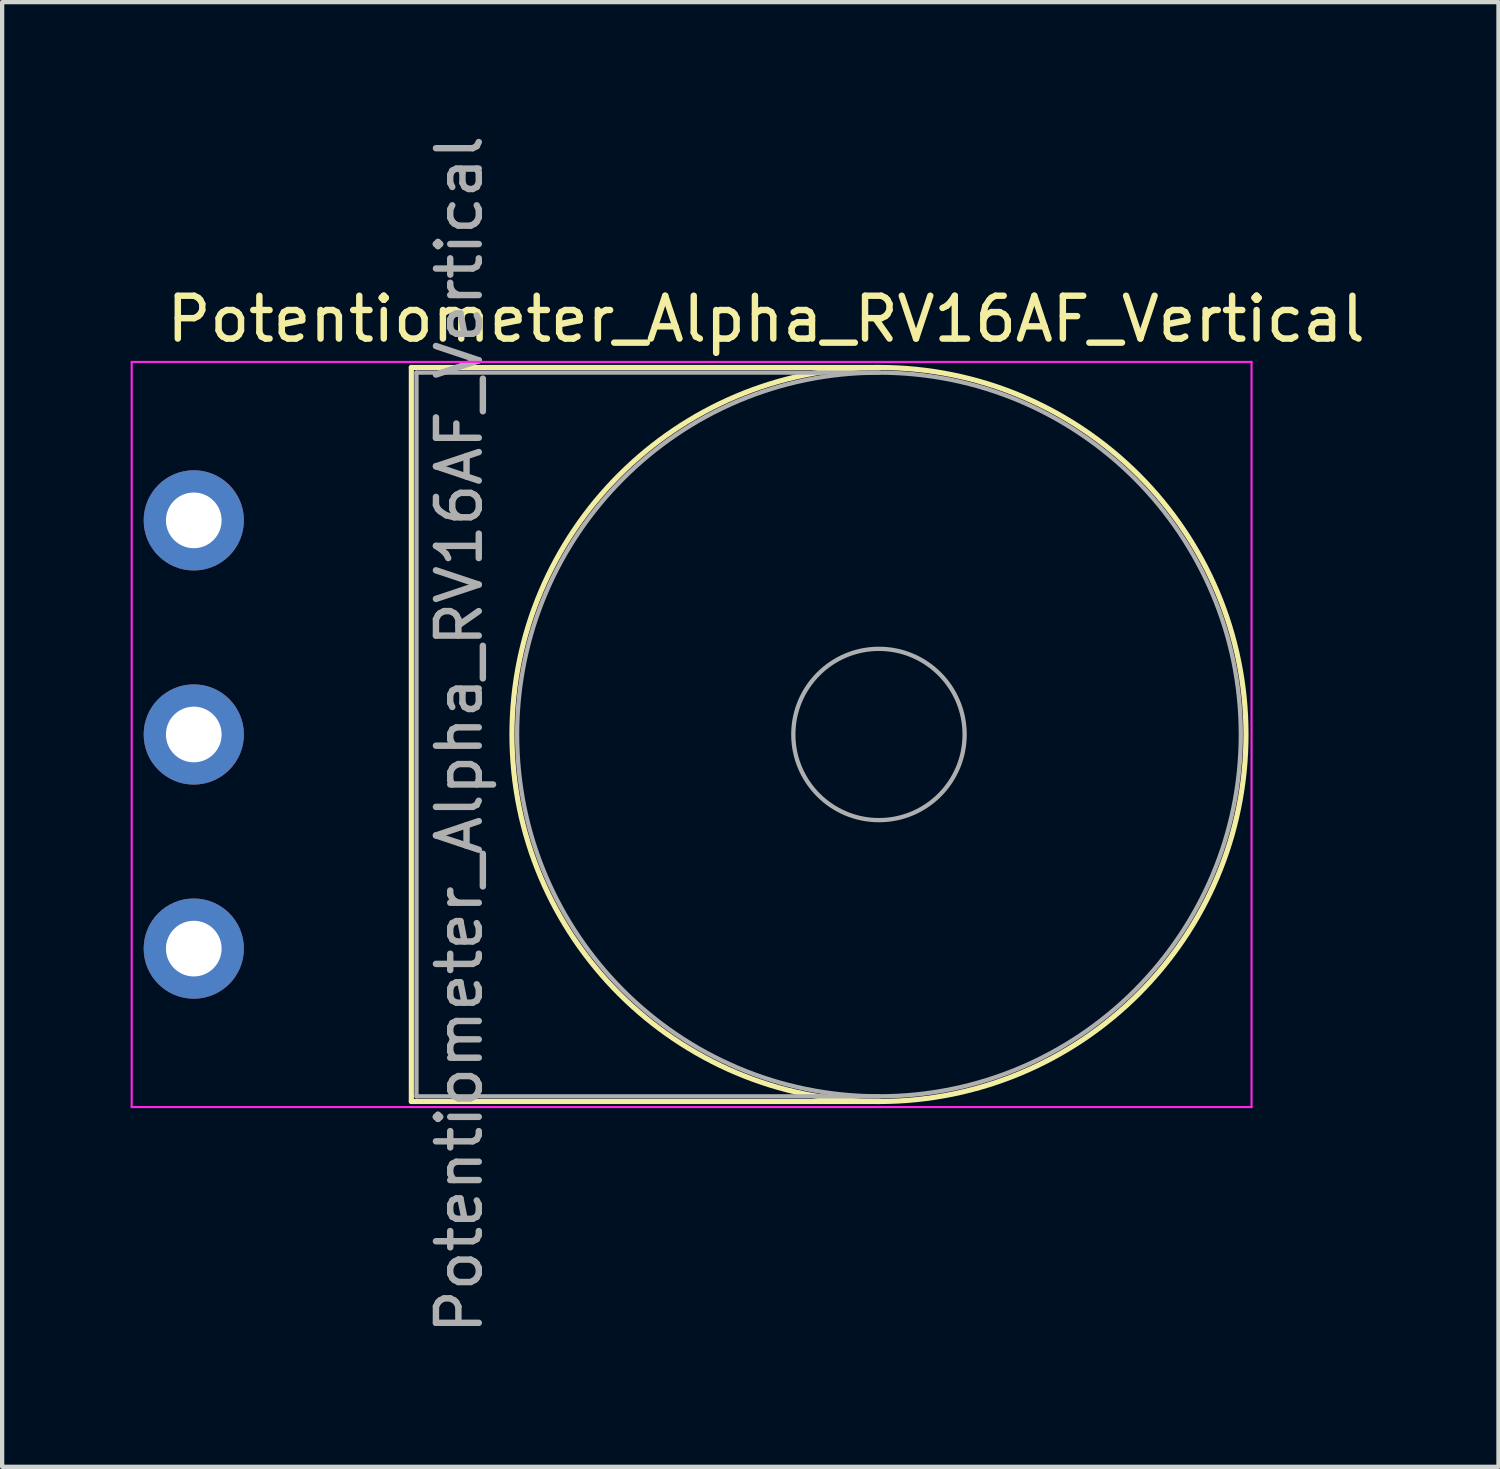
<source format=kicad_pcb>
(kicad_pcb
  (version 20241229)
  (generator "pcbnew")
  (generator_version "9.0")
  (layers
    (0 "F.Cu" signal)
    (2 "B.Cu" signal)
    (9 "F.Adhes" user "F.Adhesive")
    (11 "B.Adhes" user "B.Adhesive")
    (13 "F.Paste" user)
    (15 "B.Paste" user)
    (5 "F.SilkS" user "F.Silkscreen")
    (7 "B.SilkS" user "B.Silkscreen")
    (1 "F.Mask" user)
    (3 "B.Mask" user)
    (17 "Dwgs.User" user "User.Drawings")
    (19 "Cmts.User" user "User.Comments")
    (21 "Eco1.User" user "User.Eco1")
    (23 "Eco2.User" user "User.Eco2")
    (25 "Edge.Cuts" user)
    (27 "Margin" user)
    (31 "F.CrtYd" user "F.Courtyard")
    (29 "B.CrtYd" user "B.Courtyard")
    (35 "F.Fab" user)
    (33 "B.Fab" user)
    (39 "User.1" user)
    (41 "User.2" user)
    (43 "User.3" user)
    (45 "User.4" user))
  (footprint "Potentiometer_Alpha_RV16AF_Vertical"
    (layer "F.Cu")
    (at 4.925 19.101)
    (property "Reference" "Potentiometer_Alpha_RV16AF_Vertical" (at 9.915 -14.7 0) (layer "F.SilkS") (effects (font (size 1 1) (thickness 0.15))))
    (attr through_hole)
    (fp_line (start 1.63 -13.57) (end 1.63 3.57) (stroke (width 0.12) (type solid)) (layer "F.SilkS"))
    (fp_line (start 1.63 -13.57) (end 12.55 -13.57) (stroke (width 0.12) (type solid)) (layer "F.SilkS"))
    (fp_line (start 1.63 3.57) (end 12.55 3.57) (stroke (width 0.12) (type solid)) (layer "F.SilkS"))
    (fp_circle (center 12.55 -5) (end 21.12 -5) (stroke (width 0.12) (type solid)) (fill no) (layer "F.SilkS"))
    (fp_line (start -4.9 -13.7) (end -4.9 3.7) (stroke (width 0.05) (type solid)) (layer "F.CrtYd"))
    (fp_line (start -4.9 3.7) (end 21.25 3.7) (stroke (width 0.05) (type solid)) (layer "F.CrtYd"))
    (fp_line (start 21.25 -13.7) (end -4.9 -13.7) (stroke (width 0.05) (type solid)) (layer "F.CrtYd"))
    (fp_line (start 21.25 3.7) (end 21.25 -13.7) (stroke (width 0.05) (type solid)) (layer "F.CrtYd"))
    (fp_line (start 1.75 -13.45) (end 1.75 3.45) (stroke (width 0.1) (type solid)) (layer "F.Fab"))
    (fp_line (start 1.75 3.45) (end 12.55 3.45) (stroke (width 0.1) (type solid)) (layer "F.Fab"))
    (fp_line (start 12.55 -13.45) (end 1.75 -13.45) (stroke (width 0.1) (type solid)) (layer "F.Fab"))
    (fp_circle (center 12.55 -5) (end 14.55 -5) (stroke (width 0.1) (type solid)) (fill no) (layer "F.Fab"))
    (fp_circle (center 12.55 -5) (end 21 -5) (stroke (width 0.1) (type solid)) (fill no) (layer "F.Fab"))
    (fp_text user "${REFERENCE}" (at 2.75 -5 90) (layer "F.Fab") (effects (font (size 1 1) (thickness 0.15))))
    (pad "1" thru_hole circle (at -3.45 0) (size 2.34 2.34) (drill 1.3) (layers "*.Cu" "*.Mask"))
    (pad "2" thru_hole circle (at -3.45 -5) (size 2.34 2.34) (drill 1.3) (layers "*.Cu" "*.Mask"))
    (pad "3" thru_hole circle (at -3.45 -10) (size 2.34 2.34) (drill 1.3) (layers "*.Cu" "*.Mask")))
  (gr_rect
    (start -3 -3)
    (end 31.941 31.202)
    (stroke (width 0.1) (type default))
    (fill no)
    (layer "Edge.Cuts")))
</source>
